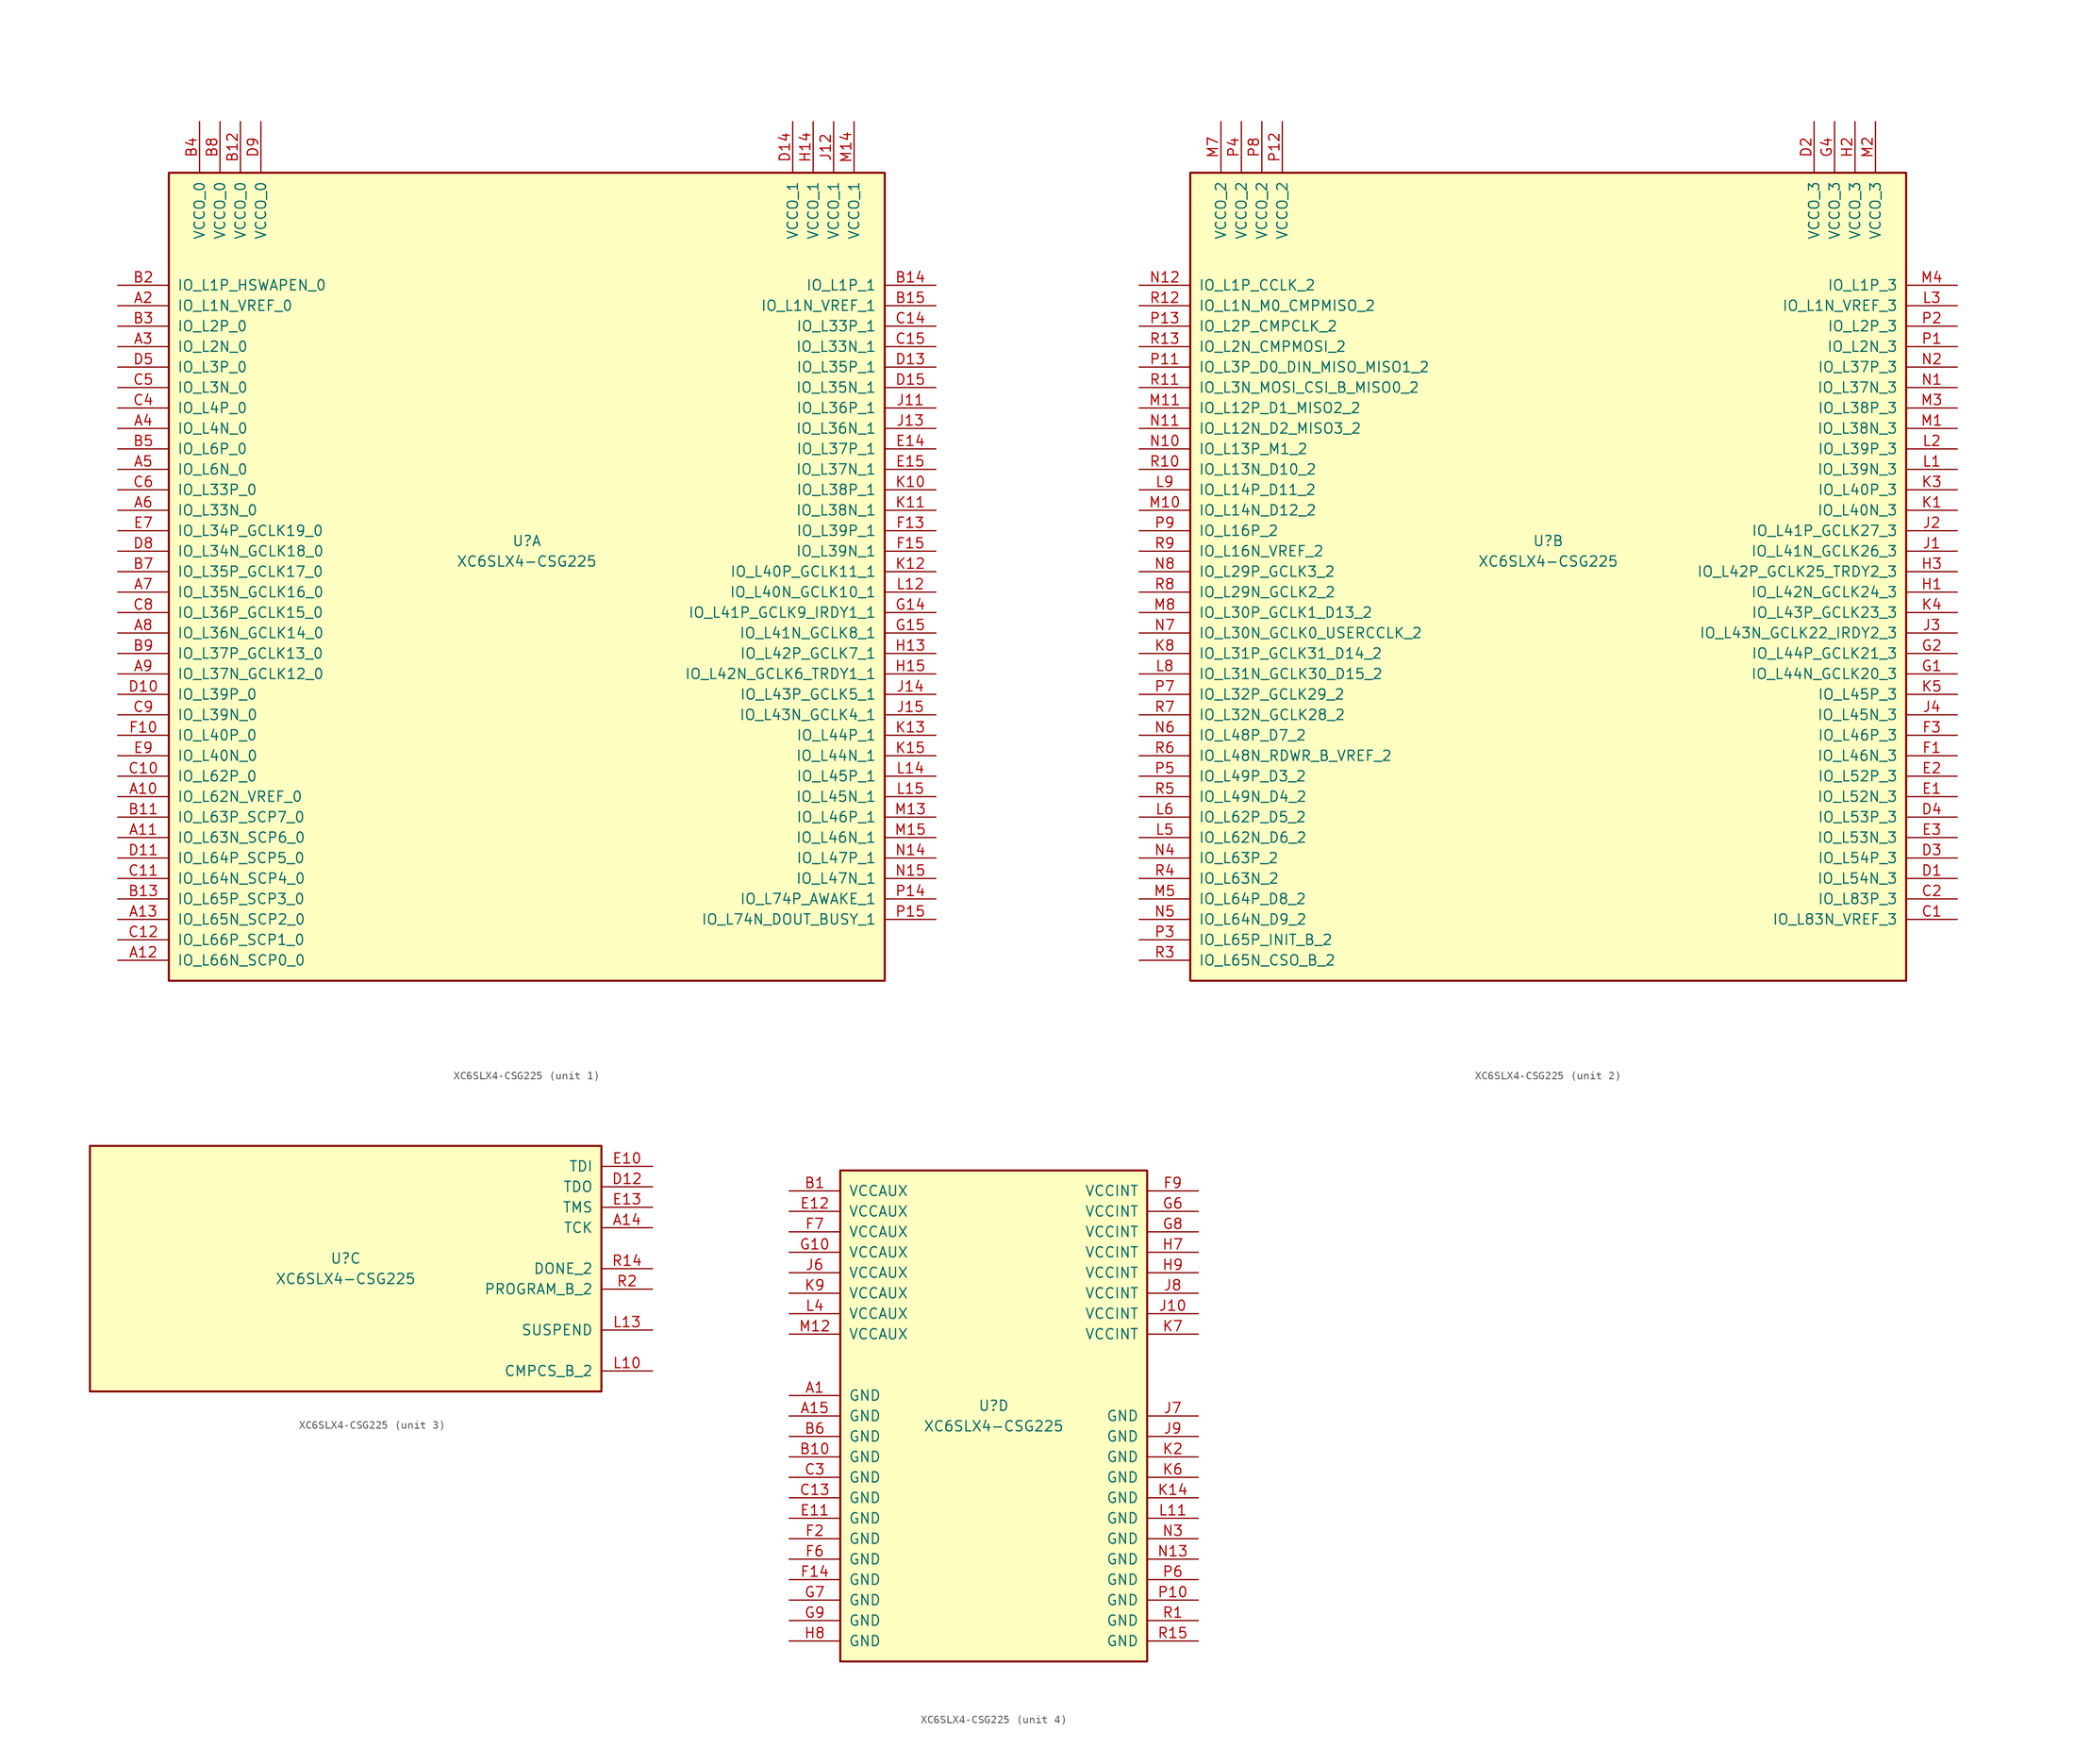
<source format=kicad_sym>
(kicad_symbol_lib
  (version 20220914)
  (generator kicad_symbol_editor)
  (symbol "XC6SLX4-CSG225"
    (pin_names
      (offset 1.016))
    (property "Reference" "U"
      (at 0 1.27 0)
      (effects (font (size 1.27 1.27))))
    (property "Value" "XC6SLX4-CSG225"
      (at 0 -1.27 0)
      (effects (font (size 1.27 1.27))))
    (property "Datasheet" ""
      (at 0 0 0)
      (effects (font (size 1.27 1.27))))
    (property "ki_locked" ""
      (at 0 0 0)
      (effects (font (size 1.27 1.27))))
    (symbol "XC6SLX4-CSG225_1_1"
      (rectangle (start -44.45 46.99) (end 44.45 -53.34) (stroke (width 0.254) (type default)) (fill (type background)))
      (pin bidirectional line (at -50.8 -30.48 0) (length 6.35) (name "IO_L62N_VREF_0" (effects (font (size 1.27 1.27)))) (number "A10" (effects (font (size 1.27 1.27)))))
      (pin bidirectional line (at -50.8 -35.56 0) (length 6.35) (name "IO_L63N_SCP6_0" (effects (font (size 1.27 1.27)))) (number "A11" (effects (font (size 1.27 1.27)))))
      (pin bidirectional line (at -50.8 -50.8 0) (length 6.35) (name "IO_L66N_SCP0_0" (effects (font (size 1.27 1.27)))) (number "A12" (effects (font (size 1.27 1.27)))))
      (pin bidirectional line (at -50.8 -45.72 0) (length 6.35) (name "IO_L65N_SCP2_0" (effects (font (size 1.27 1.27)))) (number "A13" (effects (font (size 1.27 1.27)))))
      (pin bidirectional line (at -50.8 30.48 0) (length 6.35) (name "IO_L1N_VREF_0" (effects (font (size 1.27 1.27)))) (number "A2" (effects (font (size 1.27 1.27)))))
      (pin bidirectional line (at -50.8 25.4 0) (length 6.35) (name "IO_L2N_0" (effects (font (size 1.27 1.27)))) (number "A3" (effects (font (size 1.27 1.27)))))
      (pin bidirectional line (at -50.8 15.24 0) (length 6.35) (name "IO_L4N_0" (effects (font (size 1.27 1.27)))) (number "A4" (effects (font (size 1.27 1.27)))))
      (pin bidirectional line (at -50.8 10.16 0) (length 6.35) (name "IO_L6N_0" (effects (font (size 1.27 1.27)))) (number "A5" (effects (font (size 1.27 1.27)))))
      (pin bidirectional line (at -50.8 5.08 0) (length 6.35) (name "IO_L33N_0" (effects (font (size 1.27 1.27)))) (number "A6" (effects (font (size 1.27 1.27)))))
      (pin bidirectional line (at -50.8 -5.08 0) (length 6.35) (name "IO_L35N_GCLK16_0" (effects (font (size 1.27 1.27)))) (number "A7" (effects (font (size 1.27 1.27)))))
      (pin bidirectional line (at -50.8 -10.16 0) (length 6.35) (name "IO_L36N_GCLK14_0" (effects (font (size 1.27 1.27)))) (number "A8" (effects (font (size 1.27 1.27)))))
      (pin bidirectional line (at -50.8 -15.24 0) (length 6.35) (name "IO_L37N_GCLK12_0" (effects (font (size 1.27 1.27)))) (number "A9" (effects (font (size 1.27 1.27)))))
      (pin bidirectional line (at -50.8 -33.02 0) (length 6.35) (name "IO_L63P_SCP7_0" (effects (font (size 1.27 1.27)))) (number "B11" (effects (font (size 1.27 1.27)))))
      (pin power_in line (at -35.56 53.34 270) (length 6.35) (name "VCCO_0" (effects (font (size 1.27 1.27)))) (number "B12" (effects (font (size 1.27 1.27)))))
      (pin bidirectional line (at -50.8 -43.18 0) (length 6.35) (name "IO_L65P_SCP3_0" (effects (font (size 1.27 1.27)))) (number "B13" (effects (font (size 1.27 1.27)))))
      (pin bidirectional line (at 50.8 33.02 180) (length 6.35) (name "IO_L1P_1" (effects (font (size 1.27 1.27)))) (number "B14" (effects (font (size 1.27 1.27)))))
      (pin bidirectional line (at 50.8 30.48 180) (length 6.35) (name "IO_L1N_VREF_1" (effects (font (size 1.27 1.27)))) (number "B15" (effects (font (size 1.27 1.27)))))
      (pin bidirectional line (at -50.8 33.02 0) (length 6.35) (name "IO_L1P_HSWAPEN_0" (effects (font (size 1.27 1.27)))) (number "B2" (effects (font (size 1.27 1.27)))))
      (pin bidirectional line (at -50.8 27.94 0) (length 6.35) (name "IO_L2P_0" (effects (font (size 1.27 1.27)))) (number "B3" (effects (font (size 1.27 1.27)))))
      (pin power_in line (at -40.64 53.34 270) (length 6.35) (name "VCCO_0" (effects (font (size 1.27 1.27)))) (number "B4" (effects (font (size 1.27 1.27)))))
      (pin bidirectional line (at -50.8 12.7 0) (length 6.35) (name "IO_L6P_0" (effects (font (size 1.27 1.27)))) (number "B5" (effects (font (size 1.27 1.27)))))
      (pin bidirectional line (at -50.8 -2.54 0) (length 6.35) (name "IO_L35P_GCLK17_0" (effects (font (size 1.27 1.27)))) (number "B7" (effects (font (size 1.27 1.27)))))
      (pin power_in line (at -38.1 53.34 270) (length 6.35) (name "VCCO_0" (effects (font (size 1.27 1.27)))) (number "B8" (effects (font (size 1.27 1.27)))))
      (pin bidirectional line (at -50.8 -12.7 0) (length 6.35) (name "IO_L37P_GCLK13_0" (effects (font (size 1.27 1.27)))) (number "B9" (effects (font (size 1.27 1.27)))))
      (pin bidirectional line (at -50.8 -27.94 0) (length 6.35) (name "IO_L62P_0" (effects (font (size 1.27 1.27)))) (number "C10" (effects (font (size 1.27 1.27)))))
      (pin bidirectional line (at -50.8 -40.64 0) (length 6.35) (name "IO_L64N_SCP4_0" (effects (font (size 1.27 1.27)))) (number "C11" (effects (font (size 1.27 1.27)))))
      (pin bidirectional line (at -50.8 -48.26 0) (length 6.35) (name "IO_L66P_SCP1_0" (effects (font (size 1.27 1.27)))) (number "C12" (effects (font (size 1.27 1.27)))))
      (pin bidirectional line (at 50.8 27.94 180) (length 6.35) (name "IO_L33P_1" (effects (font (size 1.27 1.27)))) (number "C14" (effects (font (size 1.27 1.27)))))
      (pin bidirectional line (at 50.8 25.4 180) (length 6.35) (name "IO_L33N_1" (effects (font (size 1.27 1.27)))) (number "C15" (effects (font (size 1.27 1.27)))))
      (pin bidirectional line (at -50.8 17.78 0) (length 6.35) (name "IO_L4P_0" (effects (font (size 1.27 1.27)))) (number "C4" (effects (font (size 1.27 1.27)))))
      (pin bidirectional line (at -50.8 20.32 0) (length 6.35) (name "IO_L3N_0" (effects (font (size 1.27 1.27)))) (number "C5" (effects (font (size 1.27 1.27)))))
      (pin bidirectional line (at -50.8 7.62 0) (length 6.35) (name "IO_L33P_0" (effects (font (size 1.27 1.27)))) (number "C6" (effects (font (size 1.27 1.27)))))
      (pin bidirectional line (at -50.8 -7.62 0) (length 6.35) (name "IO_L36P_GCLK15_0" (effects (font (size 1.27 1.27)))) (number "C8" (effects (font (size 1.27 1.27)))))
      (pin bidirectional line (at -50.8 -20.32 0) (length 6.35) (name "IO_L39N_0" (effects (font (size 1.27 1.27)))) (number "C9" (effects (font (size 1.27 1.27)))))
      (pin bidirectional line (at -50.8 -17.78 0) (length 6.35) (name "IO_L39P_0" (effects (font (size 1.27 1.27)))) (number "D10" (effects (font (size 1.27 1.27)))))
      (pin bidirectional line (at -50.8 -38.1 0) (length 6.35) (name "IO_L64P_SCP5_0" (effects (font (size 1.27 1.27)))) (number "D11" (effects (font (size 1.27 1.27)))))
      (pin bidirectional line (at 50.8 22.86 180) (length 6.35) (name "IO_L35P_1" (effects (font (size 1.27 1.27)))) (number "D13" (effects (font (size 1.27 1.27)))))
      (pin power_in line (at 33.02 53.34 270) (length 6.35) (name "VCCO_1" (effects (font (size 1.27 1.27)))) (number "D14" (effects (font (size 1.27 1.27)))))
      (pin bidirectional line (at 50.8 20.32 180) (length 6.35) (name "IO_L35N_1" (effects (font (size 1.27 1.27)))) (number "D15" (effects (font (size 1.27 1.27)))))
      (pin bidirectional line (at -50.8 22.86 0) (length 6.35) (name "IO_L3P_0" (effects (font (size 1.27 1.27)))) (number "D5" (effects (font (size 1.27 1.27)))))
      (pin bidirectional line (at -50.8 0 0) (length 6.35) (name "IO_L34N_GCLK18_0" (effects (font (size 1.27 1.27)))) (number "D8" (effects (font (size 1.27 1.27)))))
      (pin power_in line (at -33.02 53.34 270) (length 6.35) (name "VCCO_0" (effects (font (size 1.27 1.27)))) (number "D9" (effects (font (size 1.27 1.27)))))
      (pin bidirectional line (at 50.8 12.7 180) (length 6.35) (name "IO_L37P_1" (effects (font (size 1.27 1.27)))) (number "E14" (effects (font (size 1.27 1.27)))))
      (pin bidirectional line (at 50.8 10.16 180) (length 6.35) (name "IO_L37N_1" (effects (font (size 1.27 1.27)))) (number "E15" (effects (font (size 1.27 1.27)))))
      (pin bidirectional line (at -50.8 2.54 0) (length 6.35) (name "IO_L34P_GCLK19_0" (effects (font (size 1.27 1.27)))) (number "E7" (effects (font (size 1.27 1.27)))))
      (pin bidirectional line (at -50.8 -25.4 0) (length 6.35) (name "IO_L40N_0" (effects (font (size 1.27 1.27)))) (number "E9" (effects (font (size 1.27 1.27)))))
      (pin bidirectional line (at -50.8 -22.86 0) (length 6.35) (name "IO_L40P_0" (effects (font (size 1.27 1.27)))) (number "F10" (effects (font (size 1.27 1.27)))))
      (pin bidirectional line (at 50.8 2.54 180) (length 6.35) (name "IO_L39P_1" (effects (font (size 1.27 1.27)))) (number "F13" (effects (font (size 1.27 1.27)))))
      (pin bidirectional line (at 50.8 0 180) (length 6.35) (name "IO_L39N_1" (effects (font (size 1.27 1.27)))) (number "F15" (effects (font (size 1.27 1.27)))))
      (pin bidirectional line (at 50.8 -7.62 180) (length 6.35) (name "IO_L41P_GCLK9_IRDY1_1" (effects (font (size 1.27 1.27)))) (number "G14" (effects (font (size 1.27 1.27)))))
      (pin bidirectional line (at 50.8 -10.16 180) (length 6.35) (name "IO_L41N_GCLK8_1" (effects (font (size 1.27 1.27)))) (number "G15" (effects (font (size 1.27 1.27)))))
      (pin bidirectional line (at 50.8 -12.7 180) (length 6.35) (name "IO_L42P_GCLK7_1" (effects (font (size 1.27 1.27)))) (number "H13" (effects (font (size 1.27 1.27)))))
      (pin power_in line (at 35.56 53.34 270) (length 6.35) (name "VCCO_1" (effects (font (size 1.27 1.27)))) (number "H14" (effects (font (size 1.27 1.27)))))
      (pin bidirectional line (at 50.8 -15.24 180) (length 6.35) (name "IO_L42N_GCLK6_TRDY1_1" (effects (font (size 1.27 1.27)))) (number "H15" (effects (font (size 1.27 1.27)))))
      (pin bidirectional line (at 50.8 17.78 180) (length 6.35) (name "IO_L36P_1" (effects (font (size 1.27 1.27)))) (number "J11" (effects (font (size 1.27 1.27)))))
      (pin power_in line (at 38.1 53.34 270) (length 6.35) (name "VCCO_1" (effects (font (size 1.27 1.27)))) (number "J12" (effects (font (size 1.27 1.27)))))
      (pin bidirectional line (at 50.8 15.24 180) (length 6.35) (name "IO_L36N_1" (effects (font (size 1.27 1.27)))) (number "J13" (effects (font (size 1.27 1.27)))))
      (pin bidirectional line (at 50.8 -17.78 180) (length 6.35) (name "IO_L43P_GCLK5_1" (effects (font (size 1.27 1.27)))) (number "J14" (effects (font (size 1.27 1.27)))))
      (pin bidirectional line (at 50.8 -20.32 180) (length 6.35) (name "IO_L43N_GCLK4_1" (effects (font (size 1.27 1.27)))) (number "J15" (effects (font (size 1.27 1.27)))))
      (pin bidirectional line (at 50.8 7.62 180) (length 6.35) (name "IO_L38P_1" (effects (font (size 1.27 1.27)))) (number "K10" (effects (font (size 1.27 1.27)))))
      (pin bidirectional line (at 50.8 5.08 180) (length 6.35) (name "IO_L38N_1" (effects (font (size 1.27 1.27)))) (number "K11" (effects (font (size 1.27 1.27)))))
      (pin bidirectional line (at 50.8 -2.54 180) (length 6.35) (name "IO_L40P_GCLK11_1" (effects (font (size 1.27 1.27)))) (number "K12" (effects (font (size 1.27 1.27)))))
      (pin bidirectional line (at 50.8 -22.86 180) (length 6.35) (name "IO_L44P_1" (effects (font (size 1.27 1.27)))) (number "K13" (effects (font (size 1.27 1.27)))))
      (pin bidirectional line (at 50.8 -25.4 180) (length 6.35) (name "IO_L44N_1" (effects (font (size 1.27 1.27)))) (number "K15" (effects (font (size 1.27 1.27)))))
      (pin bidirectional line (at 50.8 -5.08 180) (length 6.35) (name "IO_L40N_GCLK10_1" (effects (font (size 1.27 1.27)))) (number "L12" (effects (font (size 1.27 1.27)))))
      (pin bidirectional line (at 50.8 -27.94 180) (length 6.35) (name "IO_L45P_1" (effects (font (size 1.27 1.27)))) (number "L14" (effects (font (size 1.27 1.27)))))
      (pin bidirectional line (at 50.8 -30.48 180) (length 6.35) (name "IO_L45N_1" (effects (font (size 1.27 1.27)))) (number "L15" (effects (font (size 1.27 1.27)))))
      (pin bidirectional line (at 50.8 -33.02 180) (length 6.35) (name "IO_L46P_1" (effects (font (size 1.27 1.27)))) (number "M13" (effects (font (size 1.27 1.27)))))
      (pin power_in line (at 40.64 53.34 270) (length 6.35) (name "VCCO_1" (effects (font (size 1.27 1.27)))) (number "M14" (effects (font (size 1.27 1.27)))))
      (pin bidirectional line (at 50.8 -35.56 180) (length 6.35) (name "IO_L46N_1" (effects (font (size 1.27 1.27)))) (number "M15" (effects (font (size 1.27 1.27)))))
      (pin bidirectional line (at 50.8 -38.1 180) (length 6.35) (name "IO_L47P_1" (effects (font (size 1.27 1.27)))) (number "N14" (effects (font (size 1.27 1.27)))))
      (pin bidirectional line (at 50.8 -40.64 180) (length 6.35) (name "IO_L47N_1" (effects (font (size 1.27 1.27)))) (number "N15" (effects (font (size 1.27 1.27)))))
      (pin bidirectional line (at 50.8 -43.18 180) (length 6.35) (name "IO_L74P_AWAKE_1" (effects (font (size 1.27 1.27)))) (number "P14" (effects (font (size 1.27 1.27)))))
      (pin bidirectional line (at 50.8 -45.72 180) (length 6.35) (name "IO_L74N_DOUT_BUSY_1" (effects (font (size 1.27 1.27)))) (number "P15" (effects (font (size 1.27 1.27))))))
    (symbol "XC6SLX4-CSG225_2_1"
      (rectangle (start -44.45 46.99) (end 44.45 -53.34) (stroke (width 0.254) (type default)) (fill (type background)))
      (pin bidirectional line (at 50.8 -45.72 180) (length 6.35) (name "IO_L83N_VREF_3" (effects (font (size 1.27 1.27)))) (number "C1" (effects (font (size 1.27 1.27)))))
      (pin bidirectional line (at 50.8 -43.18 180) (length 6.35) (name "IO_L83P_3" (effects (font (size 1.27 1.27)))) (number "C2" (effects (font (size 1.27 1.27)))))
      (pin bidirectional line (at 50.8 -40.64 180) (length 6.35) (name "IO_L54N_3" (effects (font (size 1.27 1.27)))) (number "D1" (effects (font (size 1.27 1.27)))))
      (pin power_in line (at 33.02 53.34 270) (length 6.35) (name "VCCO_3" (effects (font (size 1.27 1.27)))) (number "D2" (effects (font (size 1.27 1.27)))))
      (pin bidirectional line (at 50.8 -38.1 180) (length 6.35) (name "IO_L54P_3" (effects (font (size 1.27 1.27)))) (number "D3" (effects (font (size 1.27 1.27)))))
      (pin bidirectional line (at 50.8 -33.02 180) (length 6.35) (name "IO_L53P_3" (effects (font (size 1.27 1.27)))) (number "D4" (effects (font (size 1.27 1.27)))))
      (pin bidirectional line (at 50.8 -30.48 180) (length 6.35) (name "IO_L52N_3" (effects (font (size 1.27 1.27)))) (number "E1" (effects (font (size 1.27 1.27)))))
      (pin bidirectional line (at 50.8 -27.94 180) (length 6.35) (name "IO_L52P_3" (effects (font (size 1.27 1.27)))) (number "E2" (effects (font (size 1.27 1.27)))))
      (pin bidirectional line (at 50.8 -35.56 180) (length 6.35) (name "IO_L53N_3" (effects (font (size 1.27 1.27)))) (number "E3" (effects (font (size 1.27 1.27)))))
      (pin bidirectional line (at 50.8 -25.4 180) (length 6.35) (name "IO_L46N_3" (effects (font (size 1.27 1.27)))) (number "F1" (effects (font (size 1.27 1.27)))))
      (pin bidirectional line (at 50.8 -22.86 180) (length 6.35) (name "IO_L46P_3" (effects (font (size 1.27 1.27)))) (number "F3" (effects (font (size 1.27 1.27)))))
      (pin bidirectional line (at 50.8 -15.24 180) (length 6.35) (name "IO_L44N_GCLK20_3" (effects (font (size 1.27 1.27)))) (number "G1" (effects (font (size 1.27 1.27)))))
      (pin bidirectional line (at 50.8 -12.7 180) (length 6.35) (name "IO_L44P_GCLK21_3" (effects (font (size 1.27 1.27)))) (number "G2" (effects (font (size 1.27 1.27)))))
      (pin power_in line (at 35.56 53.34 270) (length 6.35) (name "VCCO_3" (effects (font (size 1.27 1.27)))) (number "G4" (effects (font (size 1.27 1.27)))))
      (pin bidirectional line (at 50.8 -5.08 180) (length 6.35) (name "IO_L42N_GCLK24_3" (effects (font (size 1.27 1.27)))) (number "H1" (effects (font (size 1.27 1.27)))))
      (pin power_in line (at 38.1 53.34 270) (length 6.35) (name "VCCO_3" (effects (font (size 1.27 1.27)))) (number "H2" (effects (font (size 1.27 1.27)))))
      (pin bidirectional line (at 50.8 -2.54 180) (length 6.35) (name "IO_L42P_GCLK25_TRDY2_3" (effects (font (size 1.27 1.27)))) (number "H3" (effects (font (size 1.27 1.27)))))
      (pin bidirectional line (at 50.8 0 180) (length 6.35) (name "IO_L41N_GCLK26_3" (effects (font (size 1.27 1.27)))) (number "J1" (effects (font (size 1.27 1.27)))))
      (pin bidirectional line (at 50.8 2.54 180) (length 6.35) (name "IO_L41P_GCLK27_3" (effects (font (size 1.27 1.27)))) (number "J2" (effects (font (size 1.27 1.27)))))
      (pin bidirectional line (at 50.8 -10.16 180) (length 6.35) (name "IO_L43N_GCLK22_IRDY2_3" (effects (font (size 1.27 1.27)))) (number "J3" (effects (font (size 1.27 1.27)))))
      (pin bidirectional line (at 50.8 -20.32 180) (length 6.35) (name "IO_L45N_3" (effects (font (size 1.27 1.27)))) (number "J4" (effects (font (size 1.27 1.27)))))
      (pin bidirectional line (at 50.8 5.08 180) (length 6.35) (name "IO_L40N_3" (effects (font (size 1.27 1.27)))) (number "K1" (effects (font (size 1.27 1.27)))))
      (pin bidirectional line (at 50.8 7.62 180) (length 6.35) (name "IO_L40P_3" (effects (font (size 1.27 1.27)))) (number "K3" (effects (font (size 1.27 1.27)))))
      (pin bidirectional line (at 50.8 -7.62 180) (length 6.35) (name "IO_L43P_GCLK23_3" (effects (font (size 1.27 1.27)))) (number "K4" (effects (font (size 1.27 1.27)))))
      (pin bidirectional line (at 50.8 -17.78 180) (length 6.35) (name "IO_L45P_3" (effects (font (size 1.27 1.27)))) (number "K5" (effects (font (size 1.27 1.27)))))
      (pin bidirectional line (at -50.8 -12.7 0) (length 6.35) (name "IO_L31P_GCLK31_D14_2" (effects (font (size 1.27 1.27)))) (number "K8" (effects (font (size 1.27 1.27)))))
      (pin bidirectional line (at 50.8 10.16 180) (length 6.35) (name "IO_L39N_3" (effects (font (size 1.27 1.27)))) (number "L1" (effects (font (size 1.27 1.27)))))
      (pin bidirectional line (at 50.8 12.7 180) (length 6.35) (name "IO_L39P_3" (effects (font (size 1.27 1.27)))) (number "L2" (effects (font (size 1.27 1.27)))))
      (pin bidirectional line (at 50.8 30.48 180) (length 6.35) (name "IO_L1N_VREF_3" (effects (font (size 1.27 1.27)))) (number "L3" (effects (font (size 1.27 1.27)))))
      (pin bidirectional line (at -50.8 -35.56 0) (length 6.35) (name "IO_L62N_D6_2" (effects (font (size 1.27 1.27)))) (number "L5" (effects (font (size 1.27 1.27)))))
      (pin bidirectional line (at -50.8 -33.02 0) (length 6.35) (name "IO_L62P_D5_2" (effects (font (size 1.27 1.27)))) (number "L6" (effects (font (size 1.27 1.27)))))
      (pin bidirectional line (at -50.8 -15.24 0) (length 6.35) (name "IO_L31N_GCLK30_D15_2" (effects (font (size 1.27 1.27)))) (number "L8" (effects (font (size 1.27 1.27)))))
      (pin bidirectional line (at -50.8 7.62 0) (length 6.35) (name "IO_L14P_D11_2" (effects (font (size 1.27 1.27)))) (number "L9" (effects (font (size 1.27 1.27)))))
      (pin bidirectional line (at 50.8 15.24 180) (length 6.35) (name "IO_L38N_3" (effects (font (size 1.27 1.27)))) (number "M1" (effects (font (size 1.27 1.27)))))
      (pin bidirectional line (at -50.8 5.08 0) (length 6.35) (name "IO_L14N_D12_2" (effects (font (size 1.27 1.27)))) (number "M10" (effects (font (size 1.27 1.27)))))
      (pin bidirectional line (at -50.8 17.78 0) (length 6.35) (name "IO_L12P_D1_MISO2_2" (effects (font (size 1.27 1.27)))) (number "M11" (effects (font (size 1.27 1.27)))))
      (pin power_in line (at 40.64 53.34 270) (length 6.35) (name "VCCO_3" (effects (font (size 1.27 1.27)))) (number "M2" (effects (font (size 1.27 1.27)))))
      (pin bidirectional line (at 50.8 17.78 180) (length 6.35) (name "IO_L38P_3" (effects (font (size 1.27 1.27)))) (number "M3" (effects (font (size 1.27 1.27)))))
      (pin bidirectional line (at 50.8 33.02 180) (length 6.35) (name "IO_L1P_3" (effects (font (size 1.27 1.27)))) (number "M4" (effects (font (size 1.27 1.27)))))
      (pin bidirectional line (at -50.8 -43.18 0) (length 6.35) (name "IO_L64P_D8_2" (effects (font (size 1.27 1.27)))) (number "M5" (effects (font (size 1.27 1.27)))))
      (pin power_in line (at -40.64 53.34 270) (length 6.35) (name "VCCO_2" (effects (font (size 1.27 1.27)))) (number "M7" (effects (font (size 1.27 1.27)))))
      (pin bidirectional line (at -50.8 -7.62 0) (length 6.35) (name "IO_L30P_GCLK1_D13_2" (effects (font (size 1.27 1.27)))) (number "M8" (effects (font (size 1.27 1.27)))))
      (pin bidirectional line (at 50.8 20.32 180) (length 6.35) (name "IO_L37N_3" (effects (font (size 1.27 1.27)))) (number "N1" (effects (font (size 1.27 1.27)))))
      (pin bidirectional line (at -50.8 12.7 0) (length 6.35) (name "IO_L13P_M1_2" (effects (font (size 1.27 1.27)))) (number "N10" (effects (font (size 1.27 1.27)))))
      (pin bidirectional line (at -50.8 15.24 0) (length 6.35) (name "IO_L12N_D2_MISO3_2" (effects (font (size 1.27 1.27)))) (number "N11" (effects (font (size 1.27 1.27)))))
      (pin bidirectional line (at -50.8 33.02 0) (length 6.35) (name "IO_L1P_CCLK_2" (effects (font (size 1.27 1.27)))) (number "N12" (effects (font (size 1.27 1.27)))))
      (pin bidirectional line (at 50.8 22.86 180) (length 6.35) (name "IO_L37P_3" (effects (font (size 1.27 1.27)))) (number "N2" (effects (font (size 1.27 1.27)))))
      (pin bidirectional line (at -50.8 -38.1 0) (length 6.35) (name "IO_L63P_2" (effects (font (size 1.27 1.27)))) (number "N4" (effects (font (size 1.27 1.27)))))
      (pin bidirectional line (at -50.8 -45.72 0) (length 6.35) (name "IO_L64N_D9_2" (effects (font (size 1.27 1.27)))) (number "N5" (effects (font (size 1.27 1.27)))))
      (pin bidirectional line (at -50.8 -22.86 0) (length 6.35) (name "IO_L48P_D7_2" (effects (font (size 1.27 1.27)))) (number "N6" (effects (font (size 1.27 1.27)))))
      (pin bidirectional line (at -50.8 -10.16 0) (length 6.35) (name "IO_L30N_GCLK0_USERCCLK_2" (effects (font (size 1.27 1.27)))) (number "N7" (effects (font (size 1.27 1.27)))))
      (pin bidirectional line (at -50.8 -2.54 0) (length 6.35) (name "IO_L29P_GCLK3_2" (effects (font (size 1.27 1.27)))) (number "N8" (effects (font (size 1.27 1.27)))))
      (pin bidirectional line (at 50.8 25.4 180) (length 6.35) (name "IO_L2N_3" (effects (font (size 1.27 1.27)))) (number "P1" (effects (font (size 1.27 1.27)))))
      (pin bidirectional line (at -50.8 22.86 0) (length 6.35) (name "IO_L3P_D0_DIN_MISO_MISO1_2" (effects (font (size 1.27 1.27)))) (number "P11" (effects (font (size 1.27 1.27)))))
      (pin power_in line (at -33.02 53.34 270) (length 6.35) (name "VCCO_2" (effects (font (size 1.27 1.27)))) (number "P12" (effects (font (size 1.27 1.27)))))
      (pin bidirectional line (at -50.8 27.94 0) (length 6.35) (name "IO_L2P_CMPCLK_2" (effects (font (size 1.27 1.27)))) (number "P13" (effects (font (size 1.27 1.27)))))
      (pin bidirectional line (at 50.8 27.94 180) (length 6.35) (name "IO_L2P_3" (effects (font (size 1.27 1.27)))) (number "P2" (effects (font (size 1.27 1.27)))))
      (pin bidirectional line (at -50.8 -48.26 0) (length 6.35) (name "IO_L65P_INIT_B_2" (effects (font (size 1.27 1.27)))) (number "P3" (effects (font (size 1.27 1.27)))))
      (pin power_in line (at -38.1 53.34 270) (length 6.35) (name "VCCO_2" (effects (font (size 1.27 1.27)))) (number "P4" (effects (font (size 1.27 1.27)))))
      (pin bidirectional line (at -50.8 -27.94 0) (length 6.35) (name "IO_L49P_D3_2" (effects (font (size 1.27 1.27)))) (number "P5" (effects (font (size 1.27 1.27)))))
      (pin bidirectional line (at -50.8 -17.78 0) (length 6.35) (name "IO_L32P_GCLK29_2" (effects (font (size 1.27 1.27)))) (number "P7" (effects (font (size 1.27 1.27)))))
      (pin power_in line (at -35.56 53.34 270) (length 6.35) (name "VCCO_2" (effects (font (size 1.27 1.27)))) (number "P8" (effects (font (size 1.27 1.27)))))
      (pin bidirectional line (at -50.8 2.54 0) (length 6.35) (name "IO_L16P_2" (effects (font (size 1.27 1.27)))) (number "P9" (effects (font (size 1.27 1.27)))))
      (pin bidirectional line (at -50.8 10.16 0) (length 6.35) (name "IO_L13N_D10_2" (effects (font (size 1.27 1.27)))) (number "R10" (effects (font (size 1.27 1.27)))))
      (pin bidirectional line (at -50.8 20.32 0) (length 6.35) (name "IO_L3N_MOSI_CSI_B_MISO0_2" (effects (font (size 1.27 1.27)))) (number "R11" (effects (font (size 1.27 1.27)))))
      (pin bidirectional line (at -50.8 30.48 0) (length 6.35) (name "IO_L1N_M0_CMPMISO_2" (effects (font (size 1.27 1.27)))) (number "R12" (effects (font (size 1.27 1.27)))))
      (pin bidirectional line (at -50.8 25.4 0) (length 6.35) (name "IO_L2N_CMPMOSI_2" (effects (font (size 1.27 1.27)))) (number "R13" (effects (font (size 1.27 1.27)))))
      (pin bidirectional line (at -50.8 -50.8 0) (length 6.35) (name "IO_L65N_CSO_B_2" (effects (font (size 1.27 1.27)))) (number "R3" (effects (font (size 1.27 1.27)))))
      (pin bidirectional line (at -50.8 -40.64 0) (length 6.35) (name "IO_L63N_2" (effects (font (size 1.27 1.27)))) (number "R4" (effects (font (size 1.27 1.27)))))
      (pin bidirectional line (at -50.8 -30.48 0) (length 6.35) (name "IO_L49N_D4_2" (effects (font (size 1.27 1.27)))) (number "R5" (effects (font (size 1.27 1.27)))))
      (pin bidirectional line (at -50.8 -25.4 0) (length 6.35) (name "IO_L48N_RDWR_B_VREF_2" (effects (font (size 1.27 1.27)))) (number "R6" (effects (font (size 1.27 1.27)))))
      (pin bidirectional line (at -50.8 -20.32 0) (length 6.35) (name "IO_L32N_GCLK28_2" (effects (font (size 1.27 1.27)))) (number "R7" (effects (font (size 1.27 1.27)))))
      (pin bidirectional line (at -50.8 -5.08 0) (length 6.35) (name "IO_L29N_GCLK2_2" (effects (font (size 1.27 1.27)))) (number "R8" (effects (font (size 1.27 1.27)))))
      (pin bidirectional line (at -50.8 0 0) (length 6.35) (name "IO_L16N_VREF_2" (effects (font (size 1.27 1.27)))) (number "R9" (effects (font (size 1.27 1.27))))))
    (symbol "XC6SLX4-CSG225_3_1"
      (rectangle (start -31.75 15.24) (end 31.75 -15.24) (stroke (width 0.254) (type default)) (fill (type background)))
      (pin bidirectional line (at 38.1 5.08 180) (length 6.35) (name "TCK" (effects (font (size 1.27 1.27)))) (number "A14" (effects (font (size 1.27 1.27)))))
      (pin bidirectional line (at 38.1 10.16 180) (length 6.35) (name "TDO" (effects (font (size 1.27 1.27)))) (number "D12" (effects (font (size 1.27 1.27)))))
      (pin bidirectional line (at 38.1 12.7 180) (length 6.35) (name "TDI" (effects (font (size 1.27 1.27)))) (number "E10" (effects (font (size 1.27 1.27)))))
      (pin bidirectional line (at 38.1 7.62 180) (length 6.35) (name "TMS" (effects (font (size 1.27 1.27)))) (number "E13" (effects (font (size 1.27 1.27)))))
      (pin bidirectional line (at 38.1 -12.7 180) (length 6.35) (name "CMPCS_B_2" (effects (font (size 1.27 1.27)))) (number "L10" (effects (font (size 1.27 1.27)))))
      (pin bidirectional line (at 38.1 -7.62 180) (length 6.35) (name "SUSPEND" (effects (font (size 1.27 1.27)))) (number "L13" (effects (font (size 1.27 1.27)))))
      (pin bidirectional line (at 38.1 0 180) (length 6.35) (name "DONE_2" (effects (font (size 1.27 1.27)))) (number "R14" (effects (font (size 1.27 1.27)))))
      (pin bidirectional line (at 38.1 -2.54 180) (length 6.35) (name "PROGRAM_B_2" (effects (font (size 1.27 1.27)))) (number "R2" (effects (font (size 1.27 1.27))))))
    (symbol "XC6SLX4-CSG225_4_1"
      (rectangle (start -19.05 30.48) (end 19.05 -30.48) (stroke (width 0.254) (type default)) (fill (type background)))
      (pin power_in line (at -25.4 2.54 0) (length 6.35) (name "GND" (effects (font (size 1.27 1.27)))) (number "A1" (effects (font (size 1.27 1.27)))))
      (pin power_in line (at -25.4 0 0) (length 6.35) (name "GND" (effects (font (size 1.27 1.27)))) (number "A15" (effects (font (size 1.27 1.27)))))
      (pin power_in line (at -25.4 27.94 0) (length 6.35) (name "VCCAUX" (effects (font (size 1.27 1.27)))) (number "B1" (effects (font (size 1.27 1.27)))))
      (pin power_in line (at -25.4 -5.08 0) (length 6.35) (name "GND" (effects (font (size 1.27 1.27)))) (number "B10" (effects (font (size 1.27 1.27)))))
      (pin power_in line (at -25.4 -2.54 0) (length 6.35) (name "GND" (effects (font (size 1.27 1.27)))) (number "B6" (effects (font (size 1.27 1.27)))))
      (pin power_in line (at -25.4 -10.16 0) (length 6.35) (name "GND" (effects (font (size 1.27 1.27)))) (number "C13" (effects (font (size 1.27 1.27)))))
      (pin power_in line (at -25.4 -7.62 0) (length 6.35) (name "GND" (effects (font (size 1.27 1.27)))) (number "C3" (effects (font (size 1.27 1.27)))))
      (pin power_in line (at -25.4 -12.7 0) (length 6.35) (name "GND" (effects (font (size 1.27 1.27)))) (number "E11" (effects (font (size 1.27 1.27)))))
      (pin power_in line (at -25.4 25.4 0) (length 6.35) (name "VCCAUX" (effects (font (size 1.27 1.27)))) (number "E12" (effects (font (size 1.27 1.27)))))
      (pin power_in line (at -25.4 -20.32 0) (length 6.35) (name "GND" (effects (font (size 1.27 1.27)))) (number "F14" (effects (font (size 1.27 1.27)))))
      (pin power_in line (at -25.4 -15.24 0) (length 6.35) (name "GND" (effects (font (size 1.27 1.27)))) (number "F2" (effects (font (size 1.27 1.27)))))
      (pin power_in line (at -25.4 -17.78 0) (length 6.35) (name "GND" (effects (font (size 1.27 1.27)))) (number "F6" (effects (font (size 1.27 1.27)))))
      (pin power_in line (at -25.4 22.86 0) (length 6.35) (name "VCCAUX" (effects (font (size 1.27 1.27)))) (number "F7" (effects (font (size 1.27 1.27)))))
      (pin power_in line (at 25.4 27.94 180) (length 6.35) (name "VCCINT" (effects (font (size 1.27 1.27)))) (number "F9" (effects (font (size 1.27 1.27)))))
      (pin power_in line (at -25.4 20.32 0) (length 6.35) (name "VCCAUX" (effects (font (size 1.27 1.27)))) (number "G10" (effects (font (size 1.27 1.27)))))
      (pin power_in line (at 25.4 25.4 180) (length 6.35) (name "VCCINT" (effects (font (size 1.27 1.27)))) (number "G6" (effects (font (size 1.27 1.27)))))
      (pin power_in line (at -25.4 -22.86 0) (length 6.35) (name "GND" (effects (font (size 1.27 1.27)))) (number "G7" (effects (font (size 1.27 1.27)))))
      (pin power_in line (at 25.4 22.86 180) (length 6.35) (name "VCCINT" (effects (font (size 1.27 1.27)))) (number "G8" (effects (font (size 1.27 1.27)))))
      (pin power_in line (at -25.4 -25.4 0) (length 6.35) (name "GND" (effects (font (size 1.27 1.27)))) (number "G9" (effects (font (size 1.27 1.27)))))
      (pin power_in line (at 25.4 20.32 180) (length 6.35) (name "VCCINT" (effects (font (size 1.27 1.27)))) (number "H7" (effects (font (size 1.27 1.27)))))
      (pin power_in line (at -25.4 -27.94 0) (length 6.35) (name "GND" (effects (font (size 1.27 1.27)))) (number "H8" (effects (font (size 1.27 1.27)))))
      (pin power_in line (at 25.4 17.78 180) (length 6.35) (name "VCCINT" (effects (font (size 1.27 1.27)))) (number "H9" (effects (font (size 1.27 1.27)))))
      (pin power_in line (at 25.4 12.7 180) (length 6.35) (name "VCCINT" (effects (font (size 1.27 1.27)))) (number "J10" (effects (font (size 1.27 1.27)))))
      (pin power_in line (at -25.4 17.78 0) (length 6.35) (name "VCCAUX" (effects (font (size 1.27 1.27)))) (number "J6" (effects (font (size 1.27 1.27)))))
      (pin power_in line (at 25.4 0 180) (length 6.35) (name "GND" (effects (font (size 1.27 1.27)))) (number "J7" (effects (font (size 1.27 1.27)))))
      (pin power_in line (at 25.4 15.24 180) (length 6.35) (name "VCCINT" (effects (font (size 1.27 1.27)))) (number "J8" (effects (font (size 1.27 1.27)))))
      (pin power_in line (at 25.4 -2.54 180) (length 6.35) (name "GND" (effects (font (size 1.27 1.27)))) (number "J9" (effects (font (size 1.27 1.27)))))
      (pin power_in line (at 25.4 -10.16 180) (length 6.35) (name "GND" (effects (font (size 1.27 1.27)))) (number "K14" (effects (font (size 1.27 1.27)))))
      (pin power_in line (at 25.4 -5.08 180) (length 6.35) (name "GND" (effects (font (size 1.27 1.27)))) (number "K2" (effects (font (size 1.27 1.27)))))
      (pin power_in line (at 25.4 -7.62 180) (length 6.35) (name "GND" (effects (font (size 1.27 1.27)))) (number "K6" (effects (font (size 1.27 1.27)))))
      (pin power_in line (at 25.4 10.16 180) (length 6.35) (name "VCCINT" (effects (font (size 1.27 1.27)))) (number "K7" (effects (font (size 1.27 1.27)))))
      (pin power_in line (at -25.4 15.24 0) (length 6.35) (name "VCCAUX" (effects (font (size 1.27 1.27)))) (number "K9" (effects (font (size 1.27 1.27)))))
      (pin power_in line (at 25.4 -12.7 180) (length 6.35) (name "GND" (effects (font (size 1.27 1.27)))) (number "L11" (effects (font (size 1.27 1.27)))))
      (pin power_in line (at -25.4 12.7 0) (length 6.35) (name "VCCAUX" (effects (font (size 1.27 1.27)))) (number "L4" (effects (font (size 1.27 1.27)))))
      (pin power_in line (at -25.4 10.16 0) (length 6.35) (name "VCCAUX" (effects (font (size 1.27 1.27)))) (number "M12" (effects (font (size 1.27 1.27)))))
      (pin power_in line (at 25.4 -17.78 180) (length 6.35) (name "GND" (effects (font (size 1.27 1.27)))) (number "N13" (effects (font (size 1.27 1.27)))))
      (pin power_in line (at 25.4 -15.24 180) (length 6.35) (name "GND" (effects (font (size 1.27 1.27)))) (number "N3" (effects (font (size 1.27 1.27)))))
      (pin power_in line (at 25.4 -22.86 180) (length 6.35) (name "GND" (effects (font (size 1.27 1.27)))) (number "P10" (effects (font (size 1.27 1.27)))))
      (pin power_in line (at 25.4 -20.32 180) (length 6.35) (name "GND" (effects (font (size 1.27 1.27)))) (number "P6" (effects (font (size 1.27 1.27)))))
      (pin power_in line (at 25.4 -25.4 180) (length 6.35) (name "GND" (effects (font (size 1.27 1.27)))) (number "R1" (effects (font (size 1.27 1.27)))))
      (pin power_in line (at 25.4 -27.94 180) (length 6.35) (name "GND" (effects (font (size 1.27 1.27)))) (number "R15" (effects (font (size 1.27 1.27))))))))
</source>
